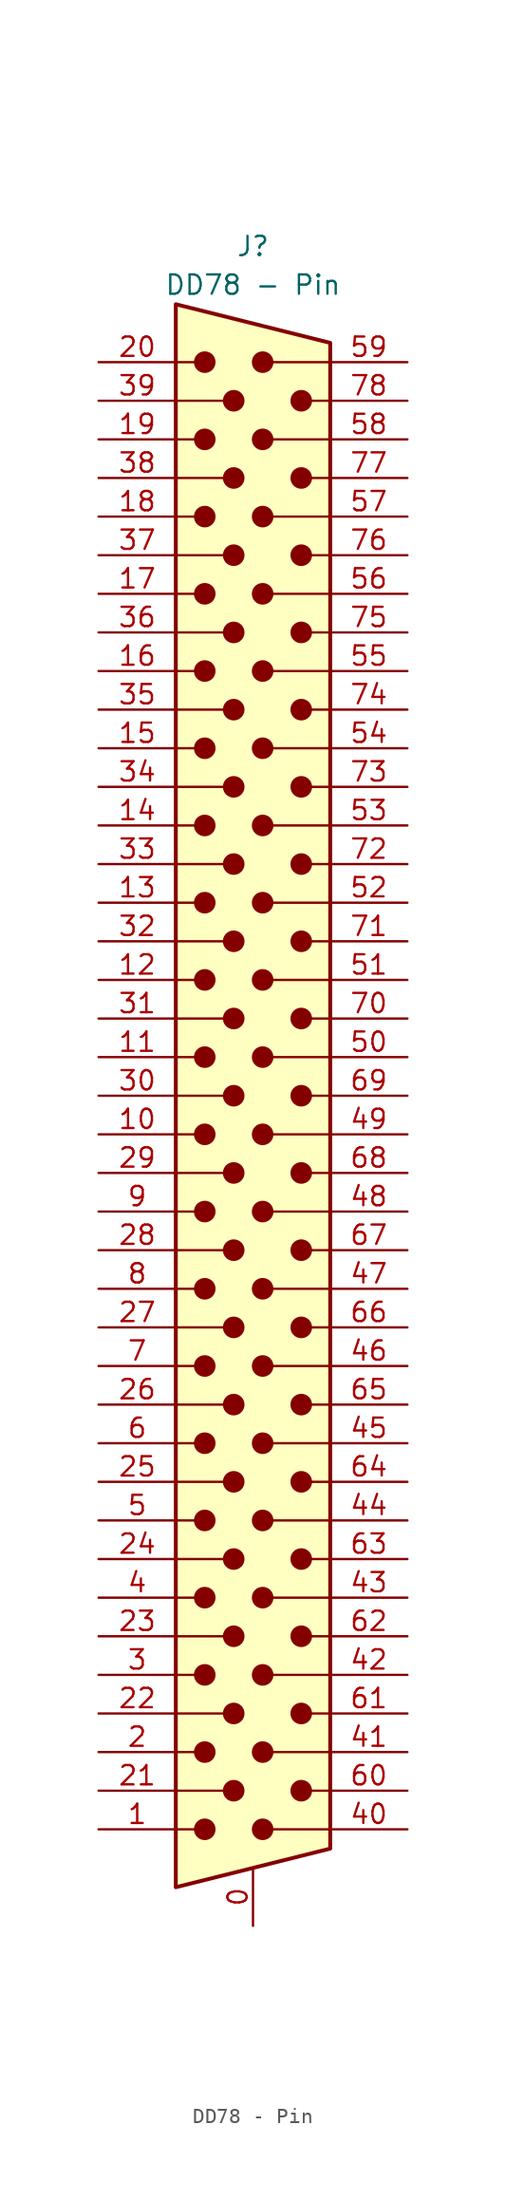
<source format=kicad_sym>
(kicad_symbol_lib
  (version 20220914)
  (generator kicad_symbol_editor)
  (symbol "DD78 - Pin"
    (pin_names
      (offset 1.016) hide)
    (property "Reference" "J"
      (at 0 55.88 0)
      (effects (font (size 1.27 1.27))))
    (property "Value" "DD78 - Pin"
      (at 0 53.34 0)
      (effects (font (size 1.27 1.27))))
    (symbol "DD78 - Pin_0_1"
      (circle (center -3.175 -48.26) (radius 0.635) (stroke (width 0) (type default)) (fill (type outline)))
      (circle (center -3.175 -43.18) (radius 0.635) (stroke (width 0) (type default)) (fill (type outline)))
      (circle (center -3.175 -38.1) (radius 0.635) (stroke (width 0) (type default)) (fill (type outline)))
      (circle (center -3.175 -33.02) (radius 0.635) (stroke (width 0) (type default)) (fill (type outline)))
      (circle (center -3.175 -27.94) (radius 0.635) (stroke (width 0) (type default)) (fill (type outline)))
      (circle (center -3.175 -22.86) (radius 0.635) (stroke (width 0) (type default)) (fill (type outline)))
      (circle (center -3.175 -17.78) (radius 0.635) (stroke (width 0) (type default)) (fill (type outline)))
      (circle (center -3.175 -12.7) (radius 0.635) (stroke (width 0) (type default)) (fill (type outline)))
      (circle (center -3.175 -7.62) (radius 0.635) (stroke (width 0) (type default)) (fill (type outline)))
      (circle (center -3.175 -2.54) (radius 0.635) (stroke (width 0) (type default)) (fill (type outline)))
      (circle (center -3.175 2.54) (radius 0.635) (stroke (width 0) (type default)) (fill (type outline)))
      (circle (center -3.175 7.62) (radius 0.635) (stroke (width 0) (type default)) (fill (type outline)))
      (circle (center -3.175 12.7) (radius 0.635) (stroke (width 0) (type default)) (fill (type outline)))
      (circle (center -3.175 17.78) (radius 0.635) (stroke (width 0) (type default)) (fill (type outline)))
      (circle (center -3.175 22.86) (radius 0.635) (stroke (width 0) (type default)) (fill (type outline)))
      (circle (center -3.175 27.94) (radius 0.635) (stroke (width 0) (type default)) (fill (type outline)))
      (circle (center -3.175 33.02) (radius 0.635) (stroke (width 0) (type default)) (fill (type outline)))
      (circle (center -3.175 38.1) (radius 0.635) (stroke (width 0) (type default)) (fill (type outline)))
      (circle (center -3.175 43.18) (radius 0.635) (stroke (width 0) (type default)) (fill (type outline)))
      (circle (center -3.175 48.26) (radius 0.635) (stroke (width 0) (type default)) (fill (type outline)))
      (circle (center -1.27 -45.72) (radius 0.635) (stroke (width 0) (type default)) (fill (type outline)))
      (circle (center -1.27 -40.64) (radius 0.635) (stroke (width 0) (type default)) (fill (type outline)))
      (circle (center -1.27 -35.56) (radius 0.635) (stroke (width 0) (type default)) (fill (type outline)))
      (circle (center -1.27 -30.48) (radius 0.635) (stroke (width 0) (type default)) (fill (type outline)))
      (circle (center -1.27 -25.4) (radius 0.635) (stroke (width 0) (type default)) (fill (type outline)))
      (circle (center -1.27 -20.32) (radius 0.635) (stroke (width 0) (type default)) (fill (type outline)))
      (circle (center -1.27 -15.24) (radius 0.635) (stroke (width 0) (type default)) (fill (type outline)))
      (circle (center -1.27 -10.16) (radius 0.635) (stroke (width 0) (type default)) (fill (type outline)))
      (circle (center -1.27 -5.08) (radius 0.635) (stroke (width 0) (type default)) (fill (type outline)))
      (circle (center -1.27 0) (radius 0.635) (stroke (width 0) (type default)) (fill (type outline)))
      (circle (center -1.27 5.08) (radius 0.635) (stroke (width 0) (type default)) (fill (type outline)))
      (circle (center -1.27 10.16) (radius 0.635) (stroke (width 0) (type default)) (fill (type outline)))
      (circle (center -1.27 15.24) (radius 0.635) (stroke (width 0) (type default)) (fill (type outline)))
      (circle (center -1.27 20.32) (radius 0.635) (stroke (width 0) (type default)) (fill (type outline)))
      (circle (center -1.27 25.4) (radius 0.635) (stroke (width 0) (type default)) (fill (type outline)))
      (circle (center -1.27 30.48) (radius 0.635) (stroke (width 0) (type default)) (fill (type outline)))
      (circle (center -1.27 35.56) (radius 0.635) (stroke (width 0) (type default)) (fill (type outline)))
      (circle (center -1.27 40.64) (radius 0.635) (stroke (width 0) (type default)) (fill (type outline)))
      (circle (center -1.27 45.72) (radius 0.635) (stroke (width 0) (type default)) (fill (type outline)))
      (polyline (pts (xy -3.81 -48.26) (xy -5.08 -48.26)) (stroke (width 0) (type default)) (fill (type none)))
      (polyline (pts (xy -3.81 -43.18) (xy -5.08 -43.18)) (stroke (width 0) (type default)) (fill (type none)))
      (polyline (pts (xy -3.81 -38.1) (xy -5.08 -38.1)) (stroke (width 0) (type default)) (fill (type none)))
      (polyline (pts (xy -3.81 -33.02) (xy -5.08 -33.02)) (stroke (width 0) (type default)) (fill (type none)))
      (polyline (pts (xy -3.81 -27.94) (xy -5.08 -27.94)) (stroke (width 0) (type default)) (fill (type none)))
      (polyline (pts (xy -3.81 -22.86) (xy -5.08 -22.86)) (stroke (width 0) (type default)) (fill (type none)))
      (polyline (pts (xy -3.81 -17.78) (xy -5.08 -17.78)) (stroke (width 0) (type default)) (fill (type none)))
      (polyline (pts (xy -3.81 -12.7) (xy -5.08 -12.7)) (stroke (width 0) (type default)) (fill (type none)))
      (polyline (pts (xy -3.81 -7.62) (xy -5.08 -7.62)) (stroke (width 0) (type default)) (fill (type none)))
      (polyline (pts (xy -3.81 -2.54) (xy -5.08 -2.54)) (stroke (width 0) (type default)) (fill (type none)))
      (polyline (pts (xy -3.81 2.54) (xy -5.08 2.54)) (stroke (width 0) (type default)) (fill (type none)))
      (polyline (pts (xy -3.81 7.62) (xy -5.08 7.62)) (stroke (width 0) (type default)) (fill (type none)))
      (polyline (pts (xy -3.81 12.7) (xy -5.08 12.7)) (stroke (width 0) (type default)) (fill (type none)))
      (polyline (pts (xy -3.81 17.78) (xy -5.08 17.78)) (stroke (width 0) (type default)) (fill (type none)))
      (polyline (pts (xy -3.81 22.86) (xy -5.08 22.86)) (stroke (width 0) (type default)) (fill (type none)))
      (polyline (pts (xy -3.81 27.94) (xy -5.08 27.94)) (stroke (width 0) (type default)) (fill (type none)))
      (polyline (pts (xy -3.81 33.02) (xy -5.08 33.02)) (stroke (width 0) (type default)) (fill (type none)))
      (polyline (pts (xy -3.81 38.1) (xy -5.08 38.1)) (stroke (width 0) (type default)) (fill (type none)))
      (polyline (pts (xy -3.81 43.18) (xy -5.08 43.18)) (stroke (width 0) (type default)) (fill (type none)))
      (polyline (pts (xy -3.81 48.26) (xy -5.08 48.26)) (stroke (width 0) (type default)) (fill (type none)))
      (polyline (pts (xy -1.27 -45.72) (xy -5.08 -45.72)) (stroke (width 0) (type default)) (fill (type none)))
      (polyline (pts (xy -1.27 -40.64) (xy -5.08 -40.64)) (stroke (width 0) (type default)) (fill (type none)))
      (polyline (pts (xy -1.27 -35.56) (xy -5.08 -35.56)) (stroke (width 0) (type default)) (fill (type none)))
      (polyline (pts (xy -1.27 -30.48) (xy -5.08 -30.48)) (stroke (width 0) (type default)) (fill (type none)))
      (polyline (pts (xy -1.27 -25.4) (xy -5.08 -25.4)) (stroke (width 0) (type default)) (fill (type none)))
      (polyline (pts (xy -1.27 -20.32) (xy -5.08 -20.32)) (stroke (width 0) (type default)) (fill (type none)))
      (polyline (pts (xy -1.27 -15.24) (xy -5.08 -15.24)) (stroke (width 0) (type default)) (fill (type none)))
      (polyline (pts (xy -1.27 -10.16) (xy -5.08 -10.16)) (stroke (width 0) (type default)) (fill (type none)))
      (polyline (pts (xy -1.27 -5.08) (xy -5.08 -5.08)) (stroke (width 0) (type default)) (fill (type none)))
      (polyline (pts (xy -1.27 0) (xy -5.08 0)) (stroke (width 0) (type default)) (fill (type none)))
      (polyline (pts (xy -1.27 5.08) (xy -5.08 5.08)) (stroke (width 0) (type default)) (fill (type none)))
      (polyline (pts (xy -1.27 10.16) (xy -5.08 10.16)) (stroke (width 0) (type default)) (fill (type none)))
      (polyline (pts (xy -1.27 15.24) (xy -5.08 15.24)) (stroke (width 0) (type default)) (fill (type none)))
      (polyline (pts (xy -1.27 20.32) (xy -5.08 20.32)) (stroke (width 0) (type default)) (fill (type none)))
      (polyline (pts (xy -1.27 25.4) (xy -5.08 25.4)) (stroke (width 0) (type default)) (fill (type none)))
      (polyline (pts (xy -1.27 30.48) (xy -5.08 30.48)) (stroke (width 0) (type default)) (fill (type none)))
      (polyline (pts (xy -1.27 35.56) (xy -5.08 35.56)) (stroke (width 0) (type default)) (fill (type none)))
      (polyline (pts (xy -1.27 40.64) (xy -5.08 40.64)) (stroke (width 0) (type default)) (fill (type none)))
      (polyline (pts (xy -1.27 45.72) (xy -5.08 45.72)) (stroke (width 0) (type default)) (fill (type none)))
      (polyline (pts (xy 5.08 -48.26) (xy 1.27 -48.26)) (stroke (width 0) (type default)) (fill (type none)))
      (polyline (pts (xy 5.08 -45.72) (xy 3.81 -45.72)) (stroke (width 0) (type default)) (fill (type none)))
      (polyline (pts (xy 5.08 -43.18) (xy 1.27 -43.18)) (stroke (width 0) (type default)) (fill (type none)))
      (polyline (pts (xy 5.08 -40.64) (xy 3.81 -40.64)) (stroke (width 0) (type default)) (fill (type none)))
      (polyline (pts (xy 5.08 -38.1) (xy 1.27 -38.1)) (stroke (width 0) (type default)) (fill (type none)))
      (polyline (pts (xy 5.08 -35.56) (xy 3.81 -35.56)) (stroke (width 0) (type default)) (fill (type none)))
      (polyline (pts (xy 5.08 -33.02) (xy 1.27 -33.02)) (stroke (width 0) (type default)) (fill (type none)))
      (polyline (pts (xy 5.08 -30.48) (xy 3.81 -30.48)) (stroke (width 0) (type default)) (fill (type none)))
      (polyline (pts (xy 5.08 -27.94) (xy 1.27 -27.94)) (stroke (width 0) (type default)) (fill (type none)))
      (polyline (pts (xy 5.08 -25.4) (xy 3.81 -25.4)) (stroke (width 0) (type default)) (fill (type none)))
      (polyline (pts (xy 5.08 -22.86) (xy 1.27 -22.86)) (stroke (width 0) (type default)) (fill (type none)))
      (polyline (pts (xy 5.08 -20.32) (xy 3.81 -20.32)) (stroke (width 0) (type default)) (fill (type none)))
      (polyline (pts (xy 5.08 -17.78) (xy 1.27 -17.78)) (stroke (width 0) (type default)) (fill (type none)))
      (polyline (pts (xy 5.08 -15.24) (xy 3.81 -15.24)) (stroke (width 0) (type default)) (fill (type none)))
      (polyline (pts (xy 5.08 -12.7) (xy 1.27 -12.7)) (stroke (width 0) (type default)) (fill (type none)))
      (polyline (pts (xy 5.08 -10.16) (xy 3.81 -10.16)) (stroke (width 0) (type default)) (fill (type none)))
      (polyline (pts (xy 5.08 -7.62) (xy 1.27 -7.62)) (stroke (width 0) (type default)) (fill (type none)))
      (polyline (pts (xy 5.08 -5.08) (xy 3.81 -5.08)) (stroke (width 0) (type default)) (fill (type none)))
      (polyline (pts (xy 5.08 -2.54) (xy 1.27 -2.54)) (stroke (width 0) (type default)) (fill (type none)))
      (polyline (pts (xy 5.08 0) (xy 3.81 0)) (stroke (width 0) (type default)) (fill (type none)))
      (polyline (pts (xy 5.08 2.54) (xy 1.27 2.54)) (stroke (width 0) (type default)) (fill (type none)))
      (polyline (pts (xy 5.08 5.08) (xy 3.81 5.08)) (stroke (width 0) (type default)) (fill (type none)))
      (polyline (pts (xy 5.08 7.62) (xy 1.27 7.62)) (stroke (width 0) (type default)) (fill (type none)))
      (polyline (pts (xy 5.08 10.16) (xy 3.81 10.16)) (stroke (width 0) (type default)) (fill (type none)))
      (polyline (pts (xy 5.08 12.7) (xy 1.27 12.7)) (stroke (width 0) (type default)) (fill (type none)))
      (polyline (pts (xy 5.08 15.24) (xy 3.81 15.24)) (stroke (width 0) (type default)) (fill (type none)))
      (polyline (pts (xy 5.08 17.78) (xy 1.27 17.78)) (stroke (width 0) (type default)) (fill (type none)))
      (polyline (pts (xy 5.08 20.32) (xy 3.81 20.32)) (stroke (width 0) (type default)) (fill (type none)))
      (polyline (pts (xy 5.08 22.86) (xy 1.27 22.86)) (stroke (width 0) (type default)) (fill (type none)))
      (polyline (pts (xy 5.08 25.4) (xy 3.81 25.4)) (stroke (width 0) (type default)) (fill (type none)))
      (polyline (pts (xy 5.08 27.94) (xy 1.27 27.94)) (stroke (width 0) (type default)) (fill (type none)))
      (polyline (pts (xy 5.08 30.48) (xy 3.81 30.48)) (stroke (width 0) (type default)) (fill (type none)))
      (polyline (pts (xy 5.08 33.02) (xy 1.27 33.02)) (stroke (width 0) (type default)) (fill (type none)))
      (polyline (pts (xy 5.08 35.56) (xy 3.81 35.56)) (stroke (width 0) (type default)) (fill (type none)))
      (polyline (pts (xy 5.08 38.1) (xy 1.27 38.1)) (stroke (width 0) (type default)) (fill (type none)))
      (polyline (pts (xy 5.08 40.64) (xy 3.81 40.64)) (stroke (width 0) (type default)) (fill (type none)))
      (polyline (pts (xy 5.08 43.18) (xy 1.27 43.18)) (stroke (width 0) (type default)) (fill (type none)))
      (polyline (pts (xy 5.08 45.72) (xy 3.81 45.72)) (stroke (width 0) (type default)) (fill (type none)))
      (polyline (pts (xy 5.08 48.26) (xy 1.27 48.26)) (stroke (width 0) (type default)) (fill (type none)))
      (polyline (pts (xy -5.08 52.07) (xy -5.08 -52.07) (xy 5.08 -49.53) (xy 5.08 49.53) (xy -5.08 52.07)) (stroke (width 0.254) (type default)) (fill (type background)))
      (circle (center 0.635 -48.26) (radius 0.635) (stroke (width 0) (type default)) (fill (type outline)))
      (circle (center 0.635 -43.18) (radius 0.635) (stroke (width 0) (type default)) (fill (type outline)))
      (circle (center 0.635 -38.1) (radius 0.635) (stroke (width 0) (type default)) (fill (type outline)))
      (circle (center 0.635 -33.02) (radius 0.635) (stroke (width 0) (type default)) (fill (type outline)))
      (circle (center 0.635 -27.94) (radius 0.635) (stroke (width 0) (type default)) (fill (type outline)))
      (circle (center 0.635 -22.86) (radius 0.635) (stroke (width 0) (type default)) (fill (type outline)))
      (circle (center 0.635 -17.78) (radius 0.635) (stroke (width 0) (type default)) (fill (type outline)))
      (circle (center 0.635 -12.7) (radius 0.635) (stroke (width 0) (type default)) (fill (type outline)))
      (circle (center 0.635 -7.62) (radius 0.635) (stroke (width 0) (type default)) (fill (type outline)))
      (circle (center 0.635 -2.54) (radius 0.635) (stroke (width 0) (type default)) (fill (type outline)))
      (circle (center 0.635 2.54) (radius 0.635) (stroke (width 0) (type default)) (fill (type outline)))
      (circle (center 0.635 7.62) (radius 0.635) (stroke (width 0) (type default)) (fill (type outline)))
      (circle (center 0.635 12.7) (radius 0.635) (stroke (width 0) (type default)) (fill (type outline)))
      (circle (center 0.635 17.78) (radius 0.635) (stroke (width 0) (type default)) (fill (type outline)))
      (circle (center 0.635 22.86) (radius 0.635) (stroke (width 0) (type default)) (fill (type outline)))
      (circle (center 0.635 27.94) (radius 0.635) (stroke (width 0) (type default)) (fill (type outline)))
      (circle (center 0.635 33.02) (radius 0.635) (stroke (width 0) (type default)) (fill (type outline)))
      (circle (center 0.635 38.1) (radius 0.635) (stroke (width 0) (type default)) (fill (type outline)))
      (circle (center 0.635 43.18) (radius 0.635) (stroke (width 0) (type default)) (fill (type outline)))
      (circle (center 0.635 48.26) (radius 0.635) (stroke (width 0) (type default)) (fill (type outline)))
      (circle (center 3.175 -45.72) (radius 0.635) (stroke (width 0) (type default)) (fill (type outline)))
      (circle (center 3.175 -40.64) (radius 0.635) (stroke (width 0) (type default)) (fill (type outline)))
      (circle (center 3.175 -35.56) (radius 0.635) (stroke (width 0) (type default)) (fill (type outline)))
      (circle (center 3.175 -30.48) (radius 0.635) (stroke (width 0) (type default)) (fill (type outline)))
      (circle (center 3.175 -25.4) (radius 0.635) (stroke (width 0) (type default)) (fill (type outline)))
      (circle (center 3.175 -20.32) (radius 0.635) (stroke (width 0) (type default)) (fill (type outline)))
      (circle (center 3.175 -15.24) (radius 0.635) (stroke (width 0) (type default)) (fill (type outline)))
      (circle (center 3.175 -10.16) (radius 0.635) (stroke (width 0) (type default)) (fill (type outline)))
      (circle (center 3.175 -5.08) (radius 0.635) (stroke (width 0) (type default)) (fill (type outline)))
      (circle (center 3.175 0) (radius 0.635) (stroke (width 0) (type default)) (fill (type outline)))
      (circle (center 3.175 5.08) (radius 0.635) (stroke (width 0) (type default)) (fill (type outline)))
      (circle (center 3.175 10.16) (radius 0.635) (stroke (width 0) (type default)) (fill (type outline)))
      (circle (center 3.175 15.24) (radius 0.635) (stroke (width 0) (type default)) (fill (type outline)))
      (circle (center 3.175 20.32) (radius 0.635) (stroke (width 0) (type default)) (fill (type outline)))
      (circle (center 3.175 25.4) (radius 0.635) (stroke (width 0) (type default)) (fill (type outline)))
      (circle (center 3.175 30.48) (radius 0.635) (stroke (width 0) (type default)) (fill (type outline)))
      (circle (center 3.175 35.56) (radius 0.635) (stroke (width 0) (type default)) (fill (type outline)))
      (circle (center 3.175 40.64) (radius 0.635) (stroke (width 0) (type default)) (fill (type outline)))
      (circle (center 3.175 45.72) (radius 0.635) (stroke (width 0) (type default)) (fill (type outline))))
    (symbol "DD78 - Pin_1_1"
      (pin passive line (at 0 -54.61 90) (length 3.81) (name "0" (effects (font (size 1.27 1.27)))) (number "0" (effects (font (size 1.27 1.27)))))
      (pin passive line (at -10.16 -48.26 0) (length 5.08) (name "1" (effects (font (size 1.27 1.27)))) (number "1" (effects (font (size 1.27 1.27)))))
      (pin passive line (at -10.16 -2.54 0) (length 5.08) (name "10" (effects (font (size 1.27 1.27)))) (number "10" (effects (font (size 1.27 1.27)))))
      (pin passive line (at -10.16 2.54 0) (length 5.08) (name "11" (effects (font (size 1.27 1.27)))) (number "11" (effects (font (size 1.27 1.27)))))
      (pin passive line (at -10.16 7.62 0) (length 5.08) (name "12" (effects (font (size 1.27 1.27)))) (number "12" (effects (font (size 1.27 1.27)))))
      (pin passive line (at -10.16 12.7 0) (length 5.08) (name "13" (effects (font (size 1.27 1.27)))) (number "13" (effects (font (size 1.27 1.27)))))
      (pin passive line (at -10.16 17.78 0) (length 5.08) (name "14" (effects (font (size 1.27 1.27)))) (number "14" (effects (font (size 1.27 1.27)))))
      (pin passive line (at -10.16 22.86 0) (length 5.08) (name "15" (effects (font (size 1.27 1.27)))) (number "15" (effects (font (size 1.27 1.27)))))
      (pin passive line (at -10.16 27.94 0) (length 5.08) (name "16" (effects (font (size 1.27 1.27)))) (number "16" (effects (font (size 1.27 1.27)))))
      (pin passive line (at -10.16 33.02 0) (length 5.08) (name "17" (effects (font (size 1.27 1.27)))) (number "17" (effects (font (size 1.27 1.27)))))
      (pin passive line (at -10.16 38.1 0) (length 5.08) (name "18" (effects (font (size 1.27 1.27)))) (number "18" (effects (font (size 1.27 1.27)))))
      (pin passive line (at -10.16 43.18 0) (length 5.08) (name "19" (effects (font (size 1.27 1.27)))) (number "19" (effects (font (size 1.27 1.27)))))
      (pin passive line (at -10.16 -43.18 0) (length 5.08) (name "2" (effects (font (size 1.27 1.27)))) (number "2" (effects (font (size 1.27 1.27)))))
      (pin passive line (at -10.16 48.26 0) (length 5.08) (name "20" (effects (font (size 1.27 1.27)))) (number "20" (effects (font (size 1.27 1.27)))))
      (pin passive line (at -10.16 -45.72 0) (length 5.08) (name "21" (effects (font (size 1.27 1.27)))) (number "21" (effects (font (size 1.27 1.27)))))
      (pin passive line (at -10.16 -40.64 0) (length 5.08) (name "22" (effects (font (size 1.27 1.27)))) (number "22" (effects (font (size 1.27 1.27)))))
      (pin passive line (at -10.16 -35.56 0) (length 5.08) (name "23" (effects (font (size 1.27 1.27)))) (number "23" (effects (font (size 1.27 1.27)))))
      (pin passive line (at -10.16 -30.48 0) (length 5.08) (name "24" (effects (font (size 1.27 1.27)))) (number "24" (effects (font (size 1.27 1.27)))))
      (pin passive line (at -10.16 -25.4 0) (length 5.08) (name "25" (effects (font (size 1.27 1.27)))) (number "25" (effects (font (size 1.27 1.27)))))
      (pin passive line (at -10.16 -20.32 0) (length 5.08) (name "26" (effects (font (size 1.27 1.27)))) (number "26" (effects (font (size 1.27 1.27)))))
      (pin passive line (at -10.16 -15.24 0) (length 5.08) (name "27" (effects (font (size 1.27 1.27)))) (number "27" (effects (font (size 1.27 1.27)))))
      (pin passive line (at -10.16 -10.16 0) (length 5.08) (name "28" (effects (font (size 1.27 1.27)))) (number "28" (effects (font (size 1.27 1.27)))))
      (pin passive line (at -10.16 -5.08 0) (length 5.08) (name "29" (effects (font (size 1.27 1.27)))) (number "29" (effects (font (size 1.27 1.27)))))
      (pin passive line (at -10.16 -38.1 0) (length 5.08) (name "3" (effects (font (size 1.27 1.27)))) (number "3" (effects (font (size 1.27 1.27)))))
      (pin passive line (at -10.16 0 0) (length 5.08) (name "30" (effects (font (size 1.27 1.27)))) (number "30" (effects (font (size 1.27 1.27)))))
      (pin passive line (at -10.16 5.08 0) (length 5.08) (name "31" (effects (font (size 1.27 1.27)))) (number "31" (effects (font (size 1.27 1.27)))))
      (pin passive line (at -10.16 10.16 0) (length 5.08) (name "32" (effects (font (size 1.27 1.27)))) (number "32" (effects (font (size 1.27 1.27)))))
      (pin passive line (at -10.16 15.24 0) (length 5.08) (name "33" (effects (font (size 1.27 1.27)))) (number "33" (effects (font (size 1.27 1.27)))))
      (pin passive line (at -10.16 20.32 0) (length 5.08) (name "34" (effects (font (size 1.27 1.27)))) (number "34" (effects (font (size 1.27 1.27)))))
      (pin passive line (at -10.16 25.4 0) (length 5.08) (name "35" (effects (font (size 1.27 1.27)))) (number "35" (effects (font (size 1.27 1.27)))))
      (pin passive line (at -10.16 30.48 0) (length 5.08) (name "36" (effects (font (size 1.27 1.27)))) (number "36" (effects (font (size 1.27 1.27)))))
      (pin passive line (at -10.16 35.56 0) (length 5.08) (name "37" (effects (font (size 1.27 1.27)))) (number "37" (effects (font (size 1.27 1.27)))))
      (pin passive line (at -10.16 40.64 0) (length 5.08) (name "38" (effects (font (size 1.27 1.27)))) (number "38" (effects (font (size 1.27 1.27)))))
      (pin passive line (at -10.16 45.72 0) (length 5.08) (name "39" (effects (font (size 1.27 1.27)))) (number "39" (effects (font (size 1.27 1.27)))))
      (pin passive line (at -10.16 -33.02 0) (length 5.08) (name "4" (effects (font (size 1.27 1.27)))) (number "4" (effects (font (size 1.27 1.27)))))
      (pin passive line (at 10.16 -48.26 180) (length 5.08) (name "40" (effects (font (size 1.27 1.27)))) (number "40" (effects (font (size 1.27 1.27)))))
      (pin passive line (at 10.16 -43.18 180) (length 5.08) (name "41" (effects (font (size 1.27 1.27)))) (number "41" (effects (font (size 1.27 1.27)))))
      (pin passive line (at 10.16 -38.1 180) (length 5.08) (name "42" (effects (font (size 1.27 1.27)))) (number "42" (effects (font (size 1.27 1.27)))))
      (pin passive line (at 10.16 -33.02 180) (length 5.08) (name "43" (effects (font (size 1.27 1.27)))) (number "43" (effects (font (size 1.27 1.27)))))
      (pin passive line (at 10.16 -27.94 180) (length 5.08) (name "44" (effects (font (size 1.27 1.27)))) (number "44" (effects (font (size 1.27 1.27)))))
      (pin passive line (at 10.16 -22.86 180) (length 5.08) (name "45" (effects (font (size 1.27 1.27)))) (number "45" (effects (font (size 1.27 1.27)))))
      (pin passive line (at 10.16 -17.78 180) (length 5.08) (name "46" (effects (font (size 1.27 1.27)))) (number "46" (effects (font (size 1.27 1.27)))))
      (pin passive line (at 10.16 -12.7 180) (length 5.08) (name "47" (effects (font (size 1.27 1.27)))) (number "47" (effects (font (size 1.27 1.27)))))
      (pin passive line (at 10.16 -7.62 180) (length 5.08) (name "48" (effects (font (size 1.27 1.27)))) (number "48" (effects (font (size 1.27 1.27)))))
      (pin passive line (at 10.16 -2.54 180) (length 5.08) (name "49" (effects (font (size 1.27 1.27)))) (number "49" (effects (font (size 1.27 1.27)))))
      (pin passive line (at -10.16 -27.94 0) (length 5.08) (name "5" (effects (font (size 1.27 1.27)))) (number "5" (effects (font (size 1.27 1.27)))))
      (pin passive line (at 10.16 2.54 180) (length 5.08) (name "50" (effects (font (size 1.27 1.27)))) (number "50" (effects (font (size 1.27 1.27)))))
      (pin passive line (at 10.16 7.62 180) (length 5.08) (name "51" (effects (font (size 1.27 1.27)))) (number "51" (effects (font (size 1.27 1.27)))))
      (pin passive line (at 10.16 12.7 180) (length 5.08) (name "52" (effects (font (size 1.27 1.27)))) (number "52" (effects (font (size 1.27 1.27)))))
      (pin passive line (at 10.16 17.78 180) (length 5.08) (name "53" (effects (font (size 1.27 1.27)))) (number "53" (effects (font (size 1.27 1.27)))))
      (pin passive line (at 10.16 22.86 180) (length 5.08) (name "54" (effects (font (size 1.27 1.27)))) (number "54" (effects (font (size 1.27 1.27)))))
      (pin passive line (at 10.16 27.94 180) (length 5.08) (name "55" (effects (font (size 1.27 1.27)))) (number "55" (effects (font (size 1.27 1.27)))))
      (pin passive line (at 10.16 33.02 180) (length 5.08) (name "56" (effects (font (size 1.27 1.27)))) (number "56" (effects (font (size 1.27 1.27)))))
      (pin passive line (at 10.16 38.1 180) (length 5.08) (name "57" (effects (font (size 1.27 1.27)))) (number "57" (effects (font (size 1.27 1.27)))))
      (pin passive line (at 10.16 43.18 180) (length 5.08) (name "58" (effects (font (size 1.27 1.27)))) (number "58" (effects (font (size 1.27 1.27)))))
      (pin passive line (at 10.16 48.26 180) (length 5.08) (name "59" (effects (font (size 1.27 1.27)))) (number "59" (effects (font (size 1.27 1.27)))))
      (pin passive line (at -10.16 -22.86 0) (length 5.08) (name "6" (effects (font (size 1.27 1.27)))) (number "6" (effects (font (size 1.27 1.27)))))
      (pin passive line (at 10.16 -45.72 180) (length 5.08) (name "60" (effects (font (size 1.27 1.27)))) (number "60" (effects (font (size 1.27 1.27)))))
      (pin passive line (at 10.16 -40.64 180) (length 5.08) (name "61" (effects (font (size 1.27 1.27)))) (number "61" (effects (font (size 1.27 1.27)))))
      (pin passive line (at 10.16 -35.56 180) (length 5.08) (name "62" (effects (font (size 1.27 1.27)))) (number "62" (effects (font (size 1.27 1.27)))))
      (pin passive line (at 10.16 -30.48 180) (length 5.08) (name "63" (effects (font (size 1.27 1.27)))) (number "63" (effects (font (size 1.27 1.27)))))
      (pin passive line (at 10.16 -25.4 180) (length 5.08) (name "64" (effects (font (size 1.27 1.27)))) (number "64" (effects (font (size 1.27 1.27)))))
      (pin passive line (at 10.16 -20.32 180) (length 5.08) (name "65" (effects (font (size 1.27 1.27)))) (number "65" (effects (font (size 1.27 1.27)))))
      (pin passive line (at 10.16 -15.24 180) (length 5.08) (name "66" (effects (font (size 1.27 1.27)))) (number "66" (effects (font (size 1.27 1.27)))))
      (pin passive line (at 10.16 -10.16 180) (length 5.08) (name "67" (effects (font (size 1.27 1.27)))) (number "67" (effects (font (size 1.27 1.27)))))
      (pin passive line (at 10.16 -5.08 180) (length 5.08) (name "68" (effects (font (size 1.27 1.27)))) (number "68" (effects (font (size 1.27 1.27)))))
      (pin passive line (at 10.16 0 180) (length 5.08) (name "69" (effects (font (size 1.27 1.27)))) (number "69" (effects (font (size 1.27 1.27)))))
      (pin passive line (at -10.16 -17.78 0) (length 5.08) (name "7" (effects (font (size 1.27 1.27)))) (number "7" (effects (font (size 1.27 1.27)))))
      (pin passive line (at 10.16 5.08 180) (length 5.08) (name "70" (effects (font (size 1.27 1.27)))) (number "70" (effects (font (size 1.27 1.27)))))
      (pin passive line (at 10.16 10.16 180) (length 5.08) (name "71" (effects (font (size 1.27 1.27)))) (number "71" (effects (font (size 1.27 1.27)))))
      (pin passive line (at 10.16 15.24 180) (length 5.08) (name "72" (effects (font (size 1.27 1.27)))) (number "72" (effects (font (size 1.27 1.27)))))
      (pin passive line (at 10.16 20.32 180) (length 5.08) (name "73" (effects (font (size 1.27 1.27)))) (number "73" (effects (font (size 1.27 1.27)))))
      (pin passive line (at 10.16 25.4 180) (length 5.08) (name "74" (effects (font (size 1.27 1.27)))) (number "74" (effects (font (size 1.27 1.27)))))
      (pin passive line (at 10.16 30.48 180) (length 5.08) (name "75" (effects (font (size 1.27 1.27)))) (number "75" (effects (font (size 1.27 1.27)))))
      (pin passive line (at 10.16 35.56 180) (length 5.08) (name "76" (effects (font (size 1.27 1.27)))) (number "76" (effects (font (size 1.27 1.27)))))
      (pin passive line (at 10.16 40.64 180) (length 5.08) (name "77" (effects (font (size 1.27 1.27)))) (number "77" (effects (font (size 1.27 1.27)))))
      (pin passive line (at 10.16 45.72 180) (length 5.08) (name "78" (effects (font (size 1.27 1.27)))) (number "78" (effects (font (size 1.27 1.27)))))
      (pin passive line (at -10.16 -12.7 0) (length 5.08) (name "8" (effects (font (size 1.27 1.27)))) (number "8" (effects (font (size 1.27 1.27)))))
      (pin passive line (at -10.16 -7.62 0) (length 5.08) (name "9" (effects (font (size 1.27 1.27)))) (number "9" (effects (font (size 1.27 1.27))))))))
</source>
